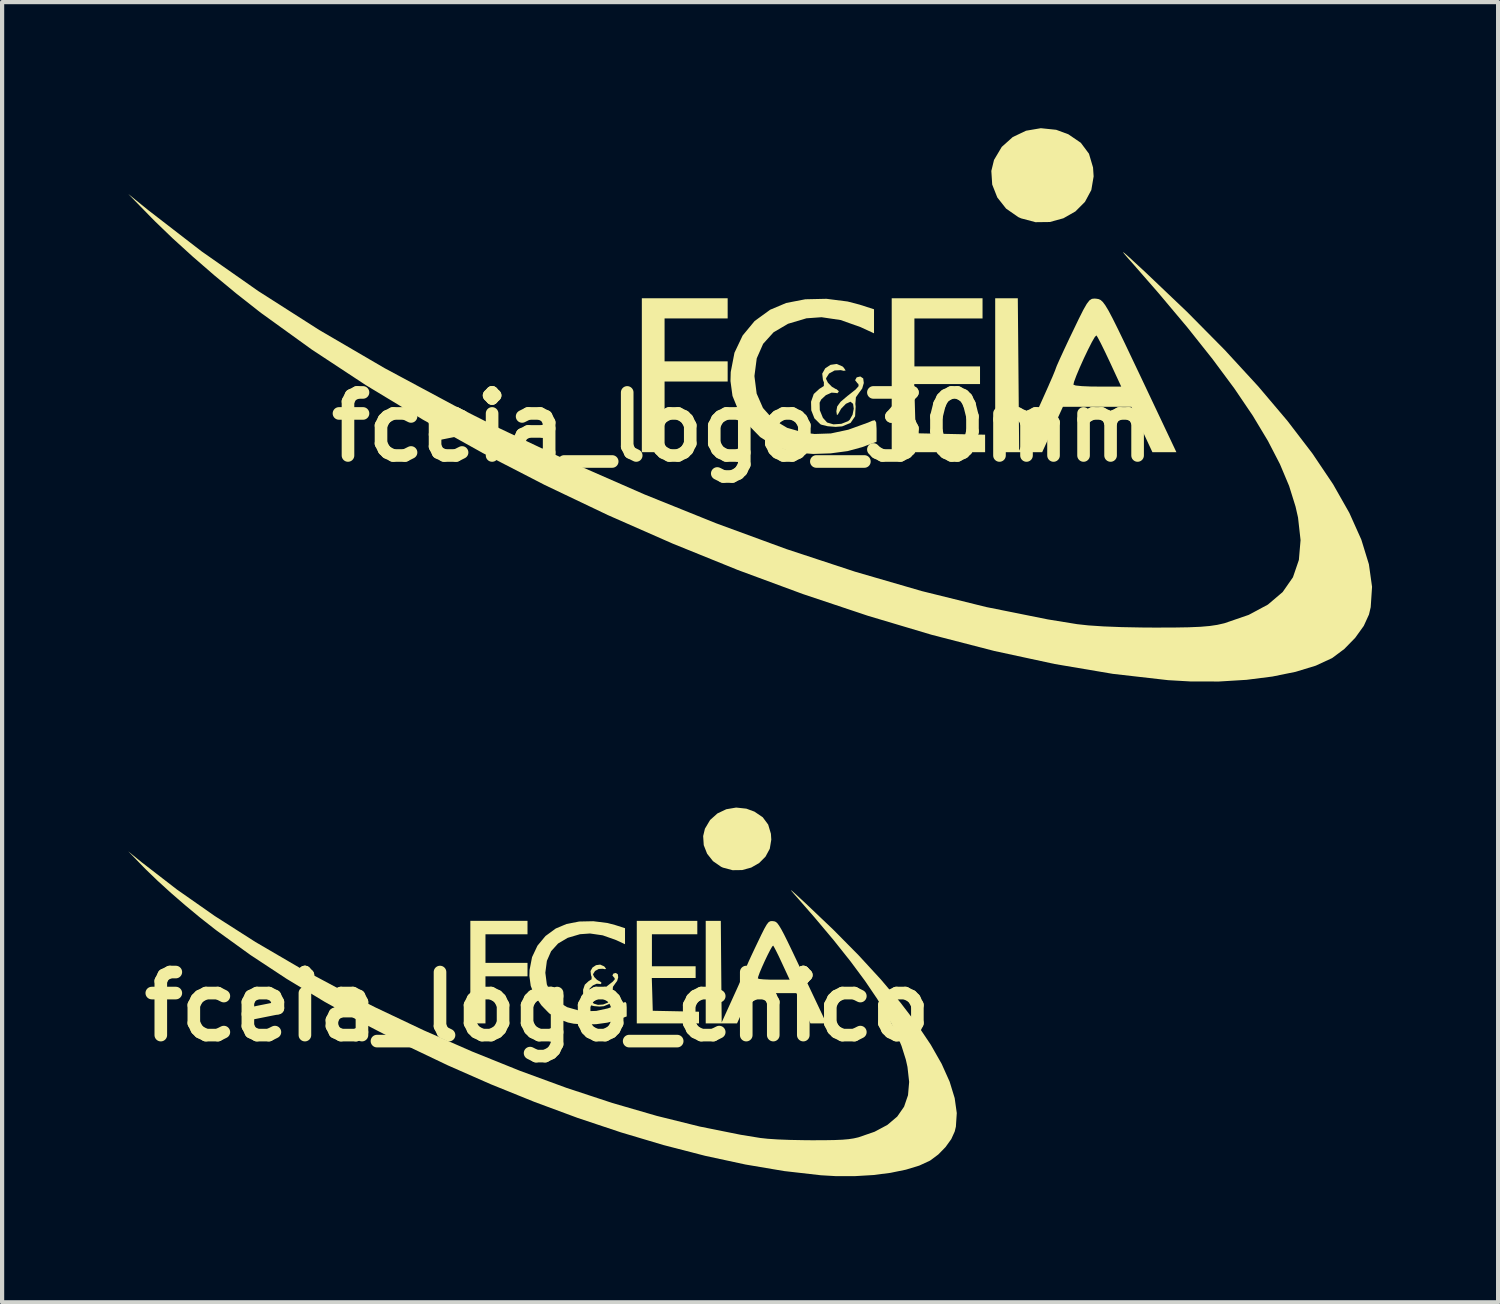
<source format=kicad_pcb>
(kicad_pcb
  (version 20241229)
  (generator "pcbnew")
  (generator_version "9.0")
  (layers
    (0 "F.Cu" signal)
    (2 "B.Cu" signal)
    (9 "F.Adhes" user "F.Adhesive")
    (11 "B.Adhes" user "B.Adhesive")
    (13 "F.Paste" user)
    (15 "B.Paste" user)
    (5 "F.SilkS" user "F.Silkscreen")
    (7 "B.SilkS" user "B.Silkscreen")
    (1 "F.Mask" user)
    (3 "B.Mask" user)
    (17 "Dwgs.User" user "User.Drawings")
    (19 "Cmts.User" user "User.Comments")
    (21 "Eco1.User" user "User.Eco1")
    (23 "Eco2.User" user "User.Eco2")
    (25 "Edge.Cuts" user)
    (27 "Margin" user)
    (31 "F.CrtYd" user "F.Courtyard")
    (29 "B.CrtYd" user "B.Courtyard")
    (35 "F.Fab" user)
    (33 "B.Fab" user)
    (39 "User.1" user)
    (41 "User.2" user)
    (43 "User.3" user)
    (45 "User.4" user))
  (footprint "fceia_logo_chico"
    (layer "F.Cu")
    (at 9.74 20.898)
    (property "Reference" "fceia_logo_chico" (at 0 0 0) (layer "F.SilkS") (effects (font (size 1.5 1.5) (thickness 0.3))))
    (attr board_only exclude_from_pos_files exclude_from_bom)
    (fp_poly (pts (xy -0.24 -1.88) (xy -0.24 -1.72) (xy -0.74 -1.72) (xy -1.24 -1.72) (xy -1.24 -1.38) (xy -1.24 -1.04) (xy -0.74 -1.04) (xy -0.24 -1.04) (xy -0.24 -0.88) (xy -0.24 -0.72) (xy -0.74 -0.72) (xy -1.24 -0.72) (xy -1.24 -0.16) (xy -1.24 0.4) (xy -1.42 0.4) (xy -1.6 0.4) (xy -1.6 -0.82) (xy -1.6 -2.04) (xy -0.92 -2.04) (xy -0.24 -2.04)) (stroke (width 0) (type solid)) (fill yes) (layer "F.SilkS"))
    (fp_poly (pts (xy 4.967 -4.709) (xy 5.16 -4.638) (xy 5.357 -4.504) (xy 5.486 -4.33) (xy 5.551 -4.112) (xy 5.56 -3.971) (xy 5.524 -3.755) (xy 5.423 -3.568) (xy 5.272 -3.416) (xy 5.082 -3.307) (xy 4.866 -3.248) (xy 4.638 -3.245) (xy 4.41 -3.306) (xy 4.366 -3.326) (xy 4.173 -3.46) (xy 4.033 -3.637) (xy 3.953 -3.841) (xy 3.939 -4.057) (xy 3.981 -4.232) (xy 4.104 -4.439) (xy 4.278 -4.595) (xy 4.489 -4.695) (xy 4.724 -4.735)) (stroke (width 0) (type solid)) (fill yes) (layer "F.SilkS"))
    (fp_poly (pts (xy 3.8 -1.88) (xy 3.8 -1.72) (xy 3.26 -1.72) (xy 2.72 -1.72) (xy 2.72 -1.34) (xy 2.72 -0.96) (xy 3.24 -0.96) (xy 3.76 -0.96) (xy 3.76 -0.82) (xy 3.76 -0.68) (xy 3.239 -0.68) (xy 2.717 -0.68) (xy 2.729 -0.29) (xy 2.74 0.1) (xy 3.29 0.111) (xy 3.84 0.122) (xy 3.84 0.261) (xy 3.84 0.4) (xy 3.1 0.4) (xy 2.36 0.4) (xy 2.36 -0.82) (xy 2.36 -2.04) (xy 3.08 -2.04) (xy 3.8 -2.04)) (stroke (width 0) (type solid)) (fill yes) (layer "F.SilkS"))
    (fp_poly (pts (xy 1.661 -1.989) (xy 1.85 -1.939) (xy 2.08 -1.865) (xy 2.08 -1.675) (xy 2.08 -1.484) (xy 1.866 -1.583) (xy 1.55 -1.695) (xy 1.247 -1.739) (xy 1.009 -1.722) (xy 0.717 -1.636) (xy 0.488 -1.501) (xy 0.322 -1.318) (xy 0.221 -1.088) (xy 0.185 -0.812) (xy 0.185 -0.8) (xy 0.22 -0.529) (xy 0.32 -0.3) (xy 0.483 -0.118) (xy 0.703 0.014) (xy 0.979 0.093) (xy 1.14 0.111) (xy 1.395 0.103) (xy 1.672 0.043) (xy 1.986 -0.07) (xy 2.05 -0.098) (xy 2.093 -0.107) (xy 2.114 -0.072) (xy 2.12 0.022) (xy 2.12 0.053) (xy 2.12 0.234) (xy 1.89 0.321) (xy 1.662 0.382) (xy 1.393 0.419) (xy 1.115 0.427) (xy 0.859 0.407) (xy 0.723 0.379) (xy 0.474 0.288) (xy 0.275 0.16) (xy 0.098 -0.022) (xy 0.081 -0.044) (xy -0.074 -0.272) (xy -0.163 -0.492) (xy -0.195 -0.728) (xy -0.191 -0.87) (xy -0.132 -1.176) (xy -0.003 -1.449) (xy 0.188 -1.679) (xy 0.433 -1.858) (xy 0.688 -1.965) (xy 0.991 -2.024) (xy 1.325 -2.031)) (stroke (width 0) (type solid)) (fill yes) (layer "F.SilkS"))
    (fp_poly (pts (xy 4.369 -0.832) (xy 4.38 0.376) (xy 4.67 -0.262) (xy 4.765 -0.471) (xy 4.846 -0.654) (xy 4.853 -0.67) (xy 5.24 -0.67) (xy 5.277 -0.657) (xy 5.377 -0.647) (xy 5.522 -0.641) (xy 5.619 -0.64) (xy 5.997 -0.64) (xy 5.816 -1.03) (xy 5.74 -1.193) (xy 5.673 -1.328) (xy 5.624 -1.42) (xy 5.605 -1.451) (xy 5.58 -1.427) (xy 5.534 -1.347) (xy 5.473 -1.228) (xy 5.406 -1.088) (xy 5.341 -0.944) (xy 5.286 -0.814) (xy 5.25 -0.715) (xy 5.24 -0.67) (xy 4.853 -0.67) (xy 4.909 -0.799) (xy 4.949 -0.894) (xy 4.96 -0.927) (xy 4.977 -0.97) (xy 5.022 -1.073) (xy 5.09 -1.221) (xy 5.175 -1.401) (xy 5.222 -1.499) (xy 5.322 -1.708) (xy 5.396 -1.855) (xy 5.451 -1.951) (xy 5.494 -2.006) (xy 5.533 -2.03) (xy 5.575 -2.035) (xy 5.605 -2.032) (xy 5.639 -2.027) (xy 5.672 -2.012) (xy 5.706 -1.981) (xy 5.746 -1.926) (xy 5.797 -1.841) (xy 5.863 -1.718) (xy 5.947 -1.549) (xy 6.054 -1.327) (xy 6.188 -1.045) (xy 6.299 -0.81) (xy 6.872 0.4) (xy 6.682 0.4) (xy 6.492 0.4) (xy 6.324 0.04) (xy 6.157 -0.32) (xy 5.615 -0.32) (xy 5.074 -0.32) (xy 4.909 0.04) (xy 4.745 0.4) (xy 4.372 0.4) (xy 4 0.4) (xy 4 -0.82) (xy 4 -2.04) (xy 4.179 -2.04) (xy 4.359 -2.04)) (stroke (width 0) (type solid)) (fill yes) (layer "F.SilkS"))
    (fp_poly (pts (xy 1.582 -0.958) (xy 1.602 -0.937) (xy 1.63 -0.895) (xy 1.599 -0.89) (xy 1.553 -0.9) (xy 1.455 -0.895) (xy 1.367 -0.847) (xy 1.321 -0.774) (xy 1.32 -0.76) (xy 1.349 -0.702) (xy 1.412 -0.638) (xy 1.474 -0.601) (xy 1.483 -0.6) (xy 1.519 -0.569) (xy 1.52 -0.558) (xy 1.496 -0.533) (xy 1.483 -0.538) (xy 1.407 -0.544) (xy 1.316 -0.504) (xy 1.242 -0.434) (xy 1.218 -0.385) (xy 1.22 -0.266) (xy 1.27 -0.144) (xy 1.336 -0.071) (xy 1.437 -0.041) (xy 1.562 -0.05) (xy 1.669 -0.092) (xy 1.694 -0.113) (xy 1.74 -0.195) (xy 1.759 -0.289) (xy 1.748 -0.367) (xy 1.707 -0.4) (xy 1.706 -0.4) (xy 1.635 -0.368) (xy 1.559 -0.29) (xy 1.508 -0.2) (xy 1.492 -0.188) (xy 1.483 -0.246) (xy 1.483 -0.249) (xy 1.496 -0.325) (xy 1.55 -0.399) (xy 1.658 -0.491) (xy 1.68 -0.508) (xy 1.788 -0.593) (xy 1.836 -0.648) (xy 1.832 -0.681) (xy 1.819 -0.691) (xy 1.78 -0.741) (xy 1.805 -0.786) (xy 1.862 -0.8) (xy 1.908 -0.77) (xy 1.918 -0.697) (xy 1.893 -0.61) (xy 1.844 -0.544) (xy 1.793 -0.471) (xy 1.784 -0.366) (xy 1.789 -0.322) (xy 1.78 -0.169) (xy 1.708 -0.064) (xy 1.574 -0.009) (xy 1.47 -0.001) (xy 1.346 -0.011) (xy 1.247 -0.035) (xy 1.23 -0.043) (xy 1.135 -0.137) (xy 1.085 -0.264) (xy 1.082 -0.4) (xy 1.124 -0.522) (xy 1.214 -0.605) (xy 1.218 -0.607) (xy 1.284 -0.649) (xy 1.286 -0.707) (xy 1.271 -0.745) (xy 1.259 -0.845) (xy 1.306 -0.929) (xy 1.39 -0.985) (xy 1.489 -0.999)) (stroke (width 0) (type solid)) (fill yes) (layer "F.SilkS"))
    (fp_poly (pts (xy -9.42 -3.434) (xy -8.58 -2.785) (xy -7.679 -2.154) (xy -6.713 -1.537) (xy -5.677 -0.932) (xy -4.569 -0.338) (xy -3.86 0.019) (xy -2.706 0.566) (xy -1.558 1.069) (xy -0.424 1.526) (xy 0.691 1.935) (xy 1.78 2.294) (xy 2.838 2.601) (xy 3.858 2.854) (xy 4.833 3.05) (xy 5.3 3.126) (xy 5.477 3.145) (xy 5.717 3.161) (xy 6.005 3.172) (xy 6.323 3.178) (xy 6.52 3.18) (xy 6.827 3.179) (xy 7.067 3.175) (xy 7.253 3.167) (xy 7.4 3.154) (xy 7.52 3.136) (xy 7.626 3.112) (xy 7.64 3.108) (xy 8.017 2.978) (xy 8.322 2.815) (xy 8.556 2.617) (xy 8.719 2.382) (xy 8.813 2.108) (xy 8.84 1.793) (xy 8.8 1.436) (xy 8.761 1.262) (xy 8.658 0.935) (xy 8.513 0.588) (xy 8.321 0.217) (xy 8.081 -0.181) (xy 7.79 -0.611) (xy 7.445 -1.076) (xy 7.044 -1.58) (xy 6.585 -2.126) (xy 6.2 -2.567) (xy 6.102 -2.678) (xy 6.043 -2.747) (xy 6.025 -2.773) (xy 6.053 -2.752) (xy 6.13 -2.684) (xy 6.259 -2.565) (xy 6.38 -2.453) (xy 7.042 -1.823) (xy 7.639 -1.219) (xy 8.168 -0.644) (xy 8.631 -0.097) (xy 9.027 0.42) (xy 9.354 0.907) (xy 9.613 1.362) (xy 9.803 1.786) (xy 9.923 2.177) (xy 9.973 2.533) (xy 9.952 2.856) (xy 9.924 2.972) (xy 9.842 3.153) (xy 9.705 3.343) (xy 9.533 3.519) (xy 9.345 3.659) (xy 9.334 3.666) (xy 9.081 3.783) (xy 8.763 3.88) (xy 8.393 3.956) (xy 7.983 4.008) (xy 7.547 4.034) (xy 7.098 4.034) (xy 6.74 4.013) (xy 5.866 3.913) (xy 4.944 3.757) (xy 3.985 3.55) (xy 2.994 3.294) (xy 1.981 2.992) (xy 0.954 2.649) (xy -0.08 2.266) (xy -1.113 1.848) (xy -2.136 1.398) (xy -3.142 0.918) (xy -4.123 0.412) (xy -5.07 -0.116) (xy -5.975 -0.663) (xy -6.831 -1.227) (xy -7.63 -1.804) (xy -7.685 -1.846) (xy -8.025 -2.113) (xy -8.376 -2.404) (xy -8.72 -2.702) (xy -9.038 -2.991) (xy -9.314 -3.257) (xy -9.38 -3.324) (xy -9.74 -3.694)) (stroke (width 0) (type solid)) (fill yes) (layer "F.SilkS")))
  (footprint "fceia_logo_30mm"
    (layer "F.Cu")
    (at 14.622 7.108)
    (property "Reference" "fceia_logo_30mm" (at 0 0 0) (layer "F.SilkS") (effects (font (size 1.5 1.5) (thickness 0.3))))
    (attr board_only exclude_from_pos_files exclude_from_bom)
    (fp_poly (pts (xy -0.36 -2.822) (xy -0.36 -2.582) (xy -1.111 -2.582) (xy -1.861 -2.582) (xy -1.861 -2.072) (xy -1.861 -1.561) (xy -1.111 -1.561) (xy -0.36 -1.561) (xy -0.36 -1.321) (xy -0.36 -1.081) (xy -1.111 -1.081) (xy -1.861 -1.081) (xy -1.861 -0.24) (xy -1.861 0.6) (xy -2.132 0.6) (xy -2.402 0.6) (xy -2.402 -1.231) (xy -2.402 -3.062) (xy -1.381 -3.062) (xy -0.36 -3.062)) (stroke (width 0) (type solid)) (fill yes) (layer "F.SilkS"))
    (fp_poly (pts (xy 7.457 -7.07) (xy 7.746 -6.963) (xy 8.042 -6.761) (xy 8.236 -6.501) (xy 8.333 -6.173) (xy 8.347 -5.961) (xy 8.292 -5.637) (xy 8.141 -5.356) (xy 7.914 -5.128) (xy 7.628 -4.965) (xy 7.305 -4.876) (xy 6.963 -4.872) (xy 6.621 -4.963) (xy 6.554 -4.993) (xy 6.264 -5.195) (xy 6.055 -5.46) (xy 5.934 -5.767) (xy 5.913 -6.091) (xy 5.977 -6.353) (xy 6.161 -6.663) (xy 6.422 -6.897) (xy 6.739 -7.048) (xy 7.091 -7.108)) (stroke (width 0) (type solid)) (fill yes) (layer "F.SilkS"))
    (fp_poly (pts (xy 5.704 -2.822) (xy 5.704 -2.582) (xy 4.894 -2.582) (xy 4.083 -2.582) (xy 4.083 -2.012) (xy 4.083 -1.441) (xy 4.864 -1.441) (xy 5.644 -1.441) (xy 5.644 -1.231) (xy 5.644 -1.021) (xy 4.862 -1.021) (xy 4.079 -1.021) (xy 4.096 -0.435) (xy 4.113 0.15) (xy 4.939 0.167) (xy 5.765 0.184) (xy 5.765 0.392) (xy 5.765 0.6) (xy 4.654 0.6) (xy 3.543 0.6) (xy 3.543 -1.231) (xy 3.543 -3.062) (xy 4.624 -3.062) (xy 5.704 -3.062)) (stroke (width 0) (type solid)) (fill yes) (layer "F.SilkS"))
    (fp_poly (pts (xy 2.493 -2.985) (xy 2.777 -2.911) (xy 3.122 -2.8) (xy 3.122 -2.514) (xy 3.122 -2.228) (xy 2.801 -2.376) (xy 2.327 -2.544) (xy 1.873 -2.611) (xy 1.514 -2.585) (xy 1.077 -2.455) (xy 0.733 -2.253) (xy 0.484 -1.978) (xy 0.332 -1.633) (xy 0.278 -1.22) (xy 0.278 -1.201) (xy 0.33 -0.794) (xy 0.48 -0.451) (xy 0.724 -0.177) (xy 1.056 0.021) (xy 1.47 0.139) (xy 1.711 0.167) (xy 2.095 0.154) (xy 2.511 0.065) (xy 2.982 -0.105) (xy 3.077 -0.147) (xy 3.142 -0.16) (xy 3.173 -0.108) (xy 3.182 0.033) (xy 3.183 0.079) (xy 3.183 0.352) (xy 2.837 0.481) (xy 2.495 0.574) (xy 2.091 0.628) (xy 1.674 0.642) (xy 1.29 0.612) (xy 1.086 0.569) (xy 0.712 0.432) (xy 0.413 0.24) (xy 0.148 -0.033) (xy 0.121 -0.066) (xy -0.111 -0.409) (xy -0.245 -0.739) (xy -0.293 -1.093) (xy -0.287 -1.306) (xy -0.198 -1.766) (xy -0.004 -2.175) (xy 0.282 -2.521) (xy 0.651 -2.789) (xy 1.033 -2.95) (xy 1.488 -3.038) (xy 1.99 -3.049)) (stroke (width 0) (type solid)) (fill yes) (layer "F.SilkS"))
    (fp_poly (pts (xy 6.559 -1.249) (xy 6.575 0.564) (xy 7.011 -0.394) (xy 7.152 -0.707) (xy 7.275 -0.982) (xy 7.285 -1.006) (xy 7.866 -1.006) (xy 7.922 -0.986) (xy 8.072 -0.971) (xy 8.289 -0.962) (xy 8.435 -0.961) (xy 9.003 -0.961) (xy 8.732 -1.546) (xy 8.616 -1.791) (xy 8.516 -1.994) (xy 8.443 -2.132) (xy 8.414 -2.178) (xy 8.377 -2.143) (xy 8.307 -2.023) (xy 8.216 -1.844) (xy 8.115 -1.633) (xy 8.018 -1.417) (xy 7.936 -1.222) (xy 7.881 -1.074) (xy 7.866 -1.006) (xy 7.285 -1.006) (xy 7.37 -1.2) (xy 7.429 -1.343) (xy 7.446 -1.391) (xy 7.471 -1.457) (xy 7.539 -1.61) (xy 7.641 -1.832) (xy 7.768 -2.103) (xy 7.839 -2.25) (xy 7.99 -2.564) (xy 8.101 -2.785) (xy 8.183 -2.928) (xy 8.247 -3.011) (xy 8.305 -3.048) (xy 8.368 -3.055) (xy 8.415 -3.051) (xy 8.466 -3.042) (xy 8.514 -3.02) (xy 8.565 -2.974) (xy 8.626 -2.892) (xy 8.703 -2.764) (xy 8.801 -2.578) (xy 8.927 -2.325) (xy 9.088 -1.992) (xy 9.289 -1.569) (xy 9.457 -1.216) (xy 10.316 0.6) (xy 10.031 0.6) (xy 9.745 0.6) (xy 9.494 0.06) (xy 9.243 -0.48) (xy 8.43 -0.48) (xy 7.616 -0.48) (xy 7.37 0.06) (xy 7.123 0.6) (xy 6.564 0.6) (xy 6.005 0.6) (xy 6.005 -1.231) (xy 6.005 -3.062) (xy 6.274 -3.062) (xy 6.543 -3.062)) (stroke (width 0) (type solid)) (fill yes) (layer "F.SilkS"))
    (fp_poly (pts (xy 2.374 -1.439) (xy 2.405 -1.407) (xy 2.447 -1.343) (xy 2.4 -1.336) (xy 2.331 -1.352) (xy 2.184 -1.344) (xy 2.052 -1.271) (xy 1.983 -1.162) (xy 1.982 -1.141) (xy 2.025 -1.054) (xy 2.119 -0.957) (xy 2.213 -0.902) (xy 2.226 -0.901) (xy 2.28 -0.854) (xy 2.282 -0.837) (xy 2.246 -0.8) (xy 2.227 -0.808) (xy 2.113 -0.817) (xy 1.976 -0.756) (xy 1.864 -0.652) (xy 1.828 -0.578) (xy 1.832 -0.399) (xy 1.906 -0.217) (xy 2.006 -0.106) (xy 2.157 -0.062) (xy 2.345 -0.075) (xy 2.505 -0.138) (xy 2.543 -0.17) (xy 2.612 -0.292) (xy 2.64 -0.434) (xy 2.624 -0.55) (xy 2.563 -0.6) (xy 2.561 -0.6) (xy 2.454 -0.552) (xy 2.34 -0.435) (xy 2.264 -0.3) (xy 2.24 -0.282) (xy 2.227 -0.369) (xy 2.226 -0.374) (xy 2.246 -0.488) (xy 2.327 -0.599) (xy 2.489 -0.737) (xy 2.522 -0.762) (xy 2.684 -0.891) (xy 2.756 -0.972) (xy 2.75 -1.023) (xy 2.731 -1.037) (xy 2.672 -1.112) (xy 2.71 -1.18) (xy 2.796 -1.201) (xy 2.865 -1.155) (xy 2.879 -1.046) (xy 2.841 -0.915) (xy 2.768 -0.816) (xy 2.691 -0.706) (xy 2.678 -0.549) (xy 2.685 -0.484) (xy 2.672 -0.254) (xy 2.564 -0.096) (xy 2.363 -0.014) (xy 2.207 -0.002) (xy 2.02 -0.017) (xy 1.873 -0.053) (xy 1.846 -0.065) (xy 1.704 -0.205) (xy 1.629 -0.396) (xy 1.624 -0.601) (xy 1.688 -0.784) (xy 1.823 -0.908) (xy 1.829 -0.911) (xy 1.928 -0.974) (xy 1.93 -1.061) (xy 1.907 -1.118) (xy 1.89 -1.269) (xy 1.961 -1.395) (xy 2.087 -1.478) (xy 2.235 -1.499)) (stroke (width 0) (type solid)) (fill yes) (layer "F.SilkS"))
    (fp_poly (pts (xy -14.141 -5.155) (xy -12.88 -4.181) (xy -11.527 -3.233) (xy -10.077 -2.307) (xy -8.523 -1.4) (xy -6.859 -0.507) (xy -5.795 0.029) (xy -4.062 0.85) (xy -2.339 1.605) (xy -0.636 2.291) (xy 1.037 2.905) (xy 2.673 3.444) (xy 4.26 3.905) (xy 5.791 4.284) (xy 7.255 4.578) (xy 7.956 4.692) (xy 8.222 4.721) (xy 8.583 4.745) (xy 9.015 4.762) (xy 9.492 4.771) (xy 9.788 4.773) (xy 10.248 4.772) (xy 10.608 4.766) (xy 10.889 4.754) (xy 11.109 4.735) (xy 11.289 4.708) (xy 11.448 4.672) (xy 11.469 4.666) (xy 12.036 4.471) (xy 12.493 4.226) (xy 12.844 3.928) (xy 13.089 3.576) (xy 13.23 3.164) (xy 13.27 2.692) (xy 13.21 2.155) (xy 13.151 1.895) (xy 12.998 1.404) (xy 12.779 0.883) (xy 12.491 0.327) (xy 12.131 -0.272) (xy 11.694 -0.917) (xy 11.176 -1.615) (xy 10.575 -2.371) (xy 9.885 -3.192) (xy 9.308 -3.853) (xy 9.16 -4.02) (xy 9.071 -4.124) (xy 9.044 -4.163) (xy 9.086 -4.132) (xy 9.202 -4.029) (xy 9.396 -3.85) (xy 9.578 -3.682) (xy 10.572 -2.736) (xy 11.467 -1.831) (xy 12.262 -0.967) (xy 12.957 -0.146) (xy 13.551 0.63) (xy 14.043 1.361) (xy 14.431 2.045) (xy 14.716 2.681) (xy 14.896 3.267) (xy 14.971 3.803) (xy 14.939 4.287) (xy 14.898 4.462) (xy 14.774 4.733) (xy 14.569 5.018) (xy 14.31 5.283) (xy 14.029 5.493) (xy 14.012 5.503) (xy 13.632 5.679) (xy 13.154 5.825) (xy 12.599 5.938) (xy 11.984 6.016) (xy 11.33 6.056) (xy 10.656 6.055) (xy 10.118 6.024) (xy 8.805 5.874) (xy 7.423 5.64) (xy 5.982 5.329) (xy 4.495 4.945) (xy 2.975 4.492) (xy 1.432 3.976) (xy -0.121 3.402) (xy -1.671 2.774) (xy -3.207 2.098) (xy -4.717 1.378) (xy -6.189 0.619) (xy -7.611 -0.174) (xy -8.97 -0.996) (xy -10.255 -1.842) (xy -11.454 -2.707) (xy -11.537 -2.771) (xy -12.047 -3.172) (xy -12.574 -3.608) (xy -13.09 -4.056) (xy -13.568 -4.491) (xy -13.981 -4.889) (xy -14.081 -4.99) (xy -14.622 -5.545)) (stroke (width 0) (type solid)) (fill yes) (layer "F.SilkS")))
  (gr_rect
    (start -3 -3)
    (end 32.592 27.933)
    (stroke (width 0.1) (type default))
    (fill no)
    (layer "Edge.Cuts")))
</source>
